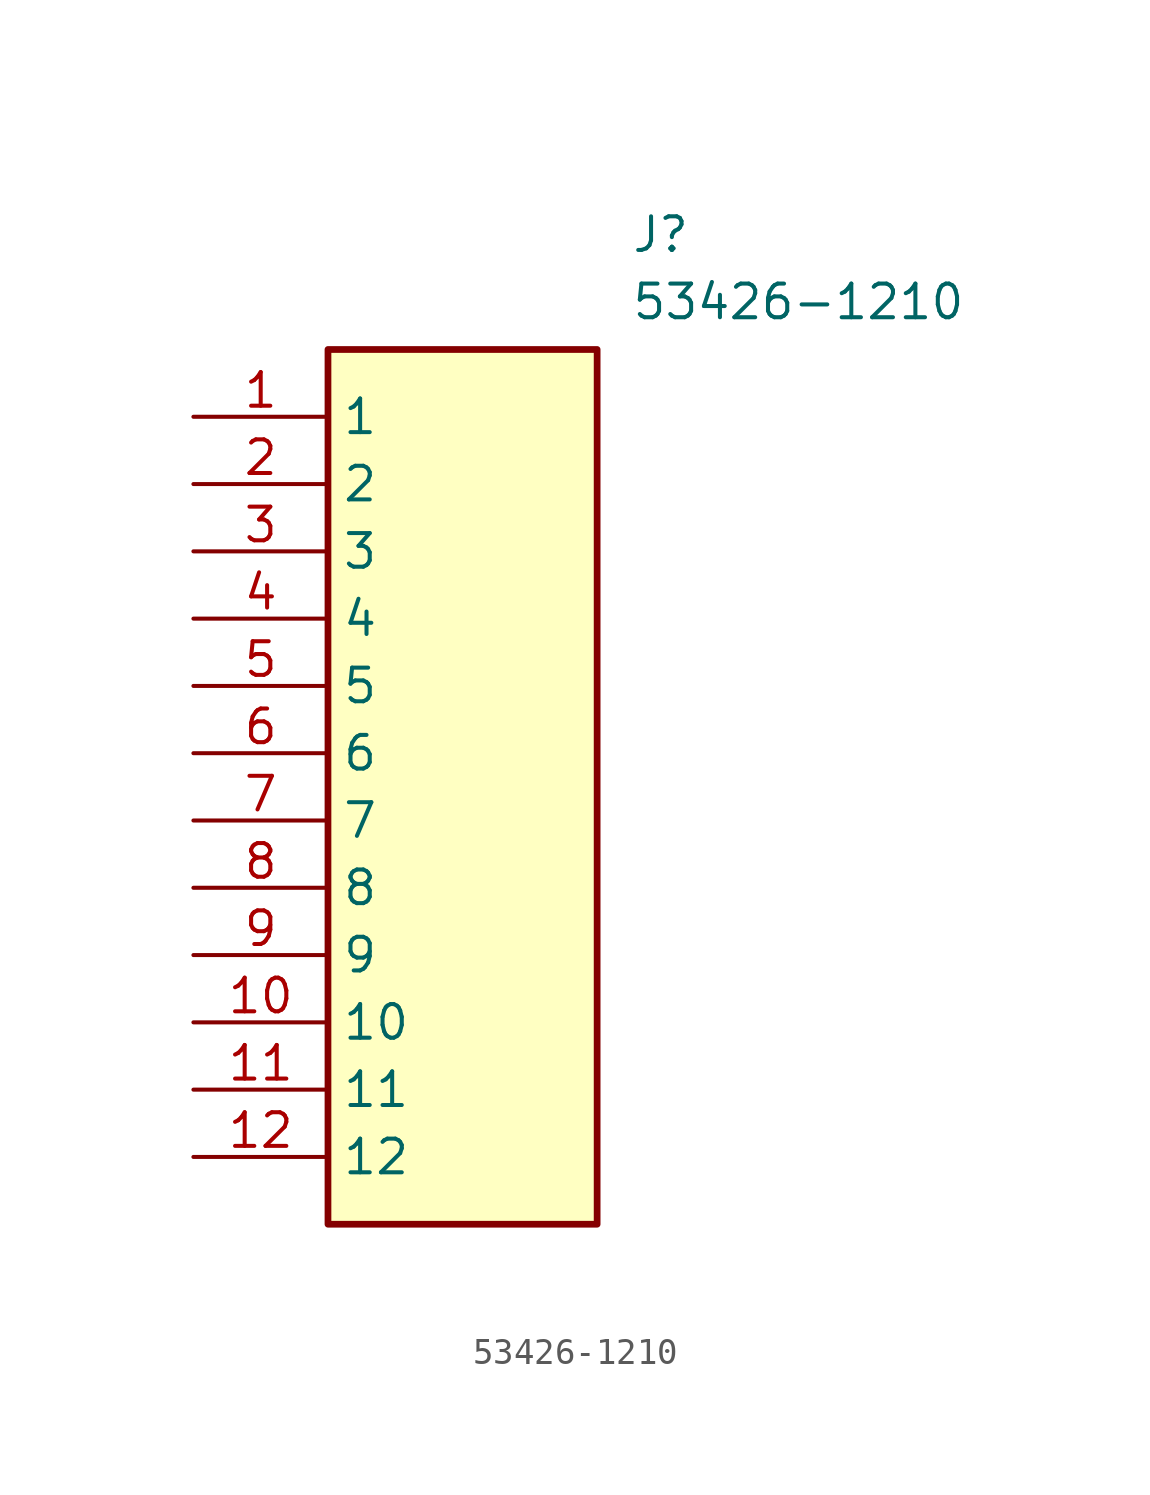
<source format=kicad_sym>
(kicad_symbol_lib
  (version 20211014)
  (generator SamacSys_ECAD_Model)
  (symbol "53426-1210"
    (property "Reference" "J"
      (at 16.51 7.62 0)
      (effects (font (size 1.27 1.27)) (justify left top)))
    (property "Value" "53426-1210"
      (at 16.51 5.08 0)
      (effects (font (size 1.27 1.27)) (justify left top)))
    (rectangle
      (start 5.08 2.54)
      (end 15.24 -30.48)
      (stroke (width 0.254) (type default))
      (fill (type background)))
    (pin passive line
      (at 0 0 0)
      (length 5.08)
      (name "1" (effects (font (size 1.27 1.27))))
      (number "1" (effects (font (size 1.27 1.27)))))
    (pin passive line
      (at 0 -2.54 0)
      (length 5.08)
      (name "2" (effects (font (size 1.27 1.27))))
      (number "2" (effects (font (size 1.27 1.27)))))
    (pin passive line
      (at 0 -5.08 0)
      (length 5.08)
      (name "3" (effects (font (size 1.27 1.27))))
      (number "3" (effects (font (size 1.27 1.27)))))
    (pin passive line
      (at 0 -7.62 0)
      (length 5.08)
      (name "4" (effects (font (size 1.27 1.27))))
      (number "4" (effects (font (size 1.27 1.27)))))
    (pin passive line
      (at 0 -10.16 0)
      (length 5.08)
      (name "5" (effects (font (size 1.27 1.27))))
      (number "5" (effects (font (size 1.27 1.27)))))
    (pin passive line
      (at 0 -12.7 0)
      (length 5.08)
      (name "6" (effects (font (size 1.27 1.27))))
      (number "6" (effects (font (size 1.27 1.27)))))
    (pin passive line
      (at 0 -15.24 0)
      (length 5.08)
      (name "7" (effects (font (size 1.27 1.27))))
      (number "7" (effects (font (size 1.27 1.27)))))
    (pin passive line
      (at 0 -17.78 0)
      (length 5.08)
      (name "8" (effects (font (size 1.27 1.27))))
      (number "8" (effects (font (size 1.27 1.27)))))
    (pin passive line
      (at 0 -20.32 0)
      (length 5.08)
      (name "9" (effects (font (size 1.27 1.27))))
      (number "9" (effects (font (size 1.27 1.27)))))
    (pin passive line
      (at 0 -22.86 0)
      (length 5.08)
      (name "10" (effects (font (size 1.27 1.27))))
      (number "10" (effects (font (size 1.27 1.27)))))
    (pin passive line
      (at 0 -25.4 0)
      (length 5.08)
      (name "11" (effects (font (size 1.27 1.27))))
      (number "11" (effects (font (size 1.27 1.27)))))
    (pin passive line
      (at 0 -27.94 0)
      (length 5.08)
      (name "12" (effects (font (size 1.27 1.27))))
      (number "12" (effects (font (size 1.27 1.27)))))))
</source>
